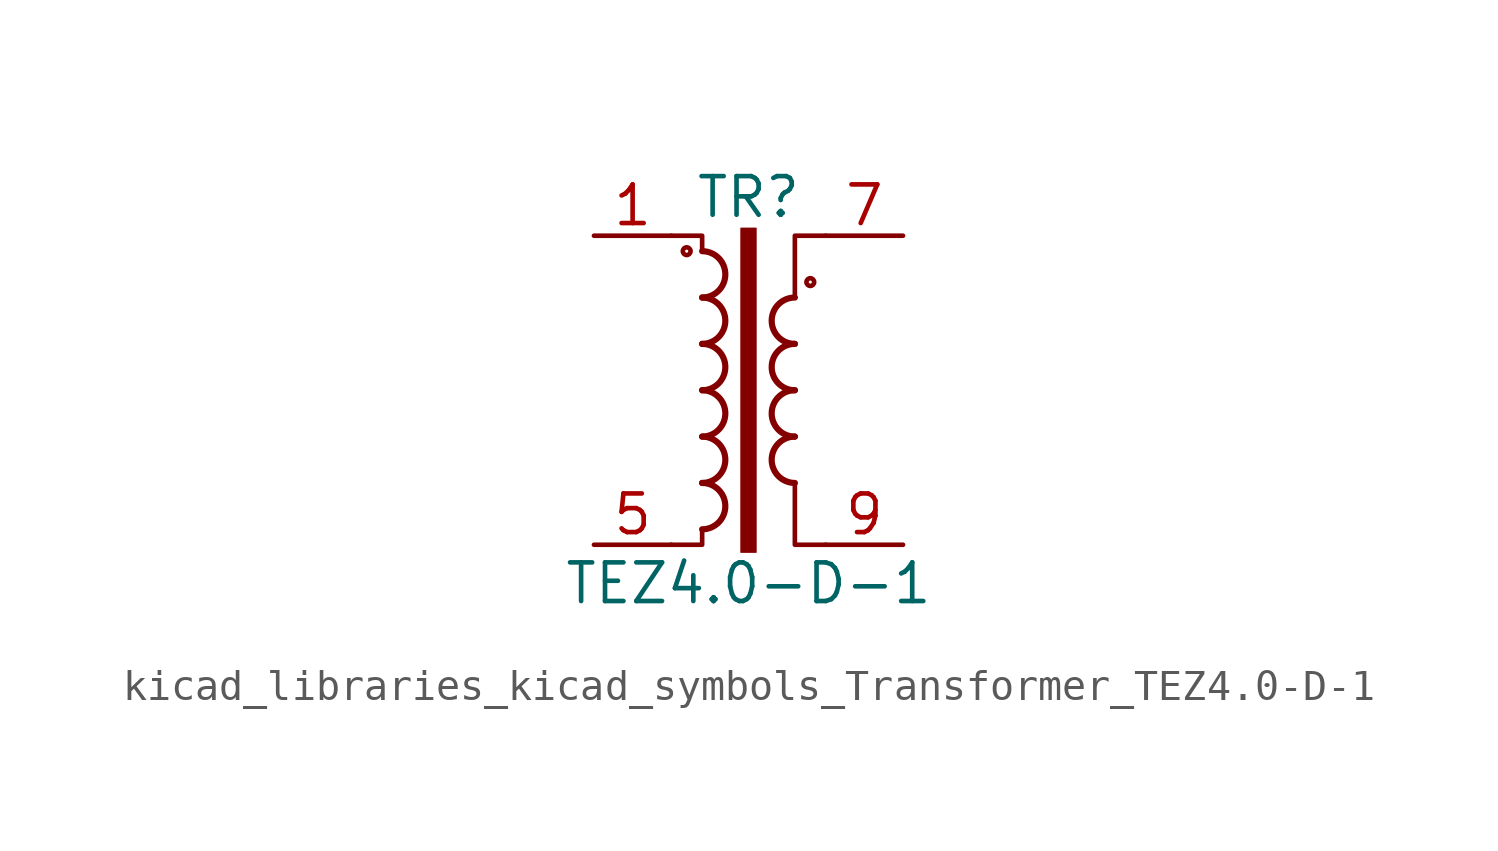
<source format=kicad_sym>
(kicad_symbol_lib
  (version 20220914)
  (generator kicad_symbol_editor)
  (symbol "kicad_libraries_kicad_symbols_Transformer_TEZ4.0-D-1"
    (pin_names
      (offset 0.025))
    (property "Reference" "TR"
      (at 0 6.35 0)
      (effects (font (size 1.27 1.27))))
    (property "Value" "TEZ4.0-D-1"
      (at 0 -6.35 0)
      (effects (font (size 1.27 1.27))))
    (symbol "kicad_libraries_kicad_symbols_Transformer_TEZ4.0-D-1_0_1"
      (circle (center -2.032 4.572) (radius 0.127) (stroke (width 0) (type default)) (fill (type none)))
      (arc (start -1.524 -4.572) (mid -0.7653 -3.81) (end -1.524 -3.048) (stroke (width 0.2032) (type default)) (fill (type none)))
      (arc (start -1.524 -3.048) (mid -0.7653 -2.286) (end -1.524 -1.524) (stroke (width 0.2032) (type default)) (fill (type none)))
      (arc (start -1.524 -1.524) (mid -0.7653 -0.762) (end -1.524 0) (stroke (width 0.2032) (type default)) (fill (type none)))
      (arc (start -1.524 0) (mid -0.7653 0.762) (end -1.524 1.524) (stroke (width 0.2032) (type default)) (fill (type none)))
      (arc (start -1.524 1.524) (mid -0.7653 2.286) (end -1.524 3.048) (stroke (width 0.2032) (type default)) (fill (type none)))
      (arc (start -1.524 3.048) (mid -0.7653 3.81) (end -1.524 4.572) (stroke (width 0.2032) (type default)) (fill (type none)))
      (rectangle (start -0.254 5.334) (end 0.254 -5.334) (stroke (width 0.025) (type default)) (fill (type outline)))
      (polyline (pts (xy -1.524 -4.572) (xy -1.524 -5.08) (xy -2.54 -5.08)) (stroke (width 0) (type default)) (fill (type none)))
      (polyline (pts (xy -1.524 4.572) (xy -1.524 5.08) (xy -2.54 5.08)) (stroke (width 0) (type default)) (fill (type none)))
      (polyline (pts (xy 1.524 3.048) (xy 1.524 5.08) (xy 2.54 5.08) (xy 2.54 5.08)) (stroke (width 0.152) (type default)) (fill (type none)))
      (polyline (pts (xy 2.54 -5.08) (xy 1.524 -5.08) (xy 1.524 -3.048) (xy 1.524 -3.048)) (stroke (width 0.152) (type default)) (fill (type none)))
      (arc (start 1.524 -1.524) (mid 0.7653 -2.286) (end 1.524 -3.048) (stroke (width 0.2032) (type default)) (fill (type none)))
      (arc (start 1.524 0) (mid 0.7653 -0.762) (end 1.524 -1.524) (stroke (width 0.2032) (type default)) (fill (type none)))
      (arc (start 1.524 1.524) (mid 0.7653 0.762) (end 1.524 0) (stroke (width 0.2032) (type default)) (fill (type none)))
      (arc (start 1.524 3.048) (mid 0.7653 2.286) (end 1.524 1.524) (stroke (width 0.2032) (type default)) (fill (type none)))
      (circle (center 2.032 3.556) (radius 0.127) (stroke (width 0) (type default)) (fill (type none))))
    (symbol "kicad_libraries_kicad_symbols_Transformer_TEZ4.0-D-1_1_1"
      (pin passive line (at -5.08 5.08 0) (length 2.54) (name "~" (effects (font (size 1.27 1.27)))) (number "1" (effects (font (size 1.27 1.27)))))
      (pin passive line (at -5.08 -5.08 0) (length 2.54) (name "~" (effects (font (size 1.27 1.27)))) (number "5" (effects (font (size 1.27 1.27)))))
      (pin passive line (at 5.08 5.08 180) (length 2.54) (name "~" (effects (font (size 1.27 1.27)))) (number "7" (effects (font (size 1.27 1.27)))))
      (pin passive line (at 5.08 -5.08 180) (length 2.54) (name "~" (effects (font (size 1.27 1.27)))) (number "9" (effects (font (size 1.27 1.27))))))))
</source>
